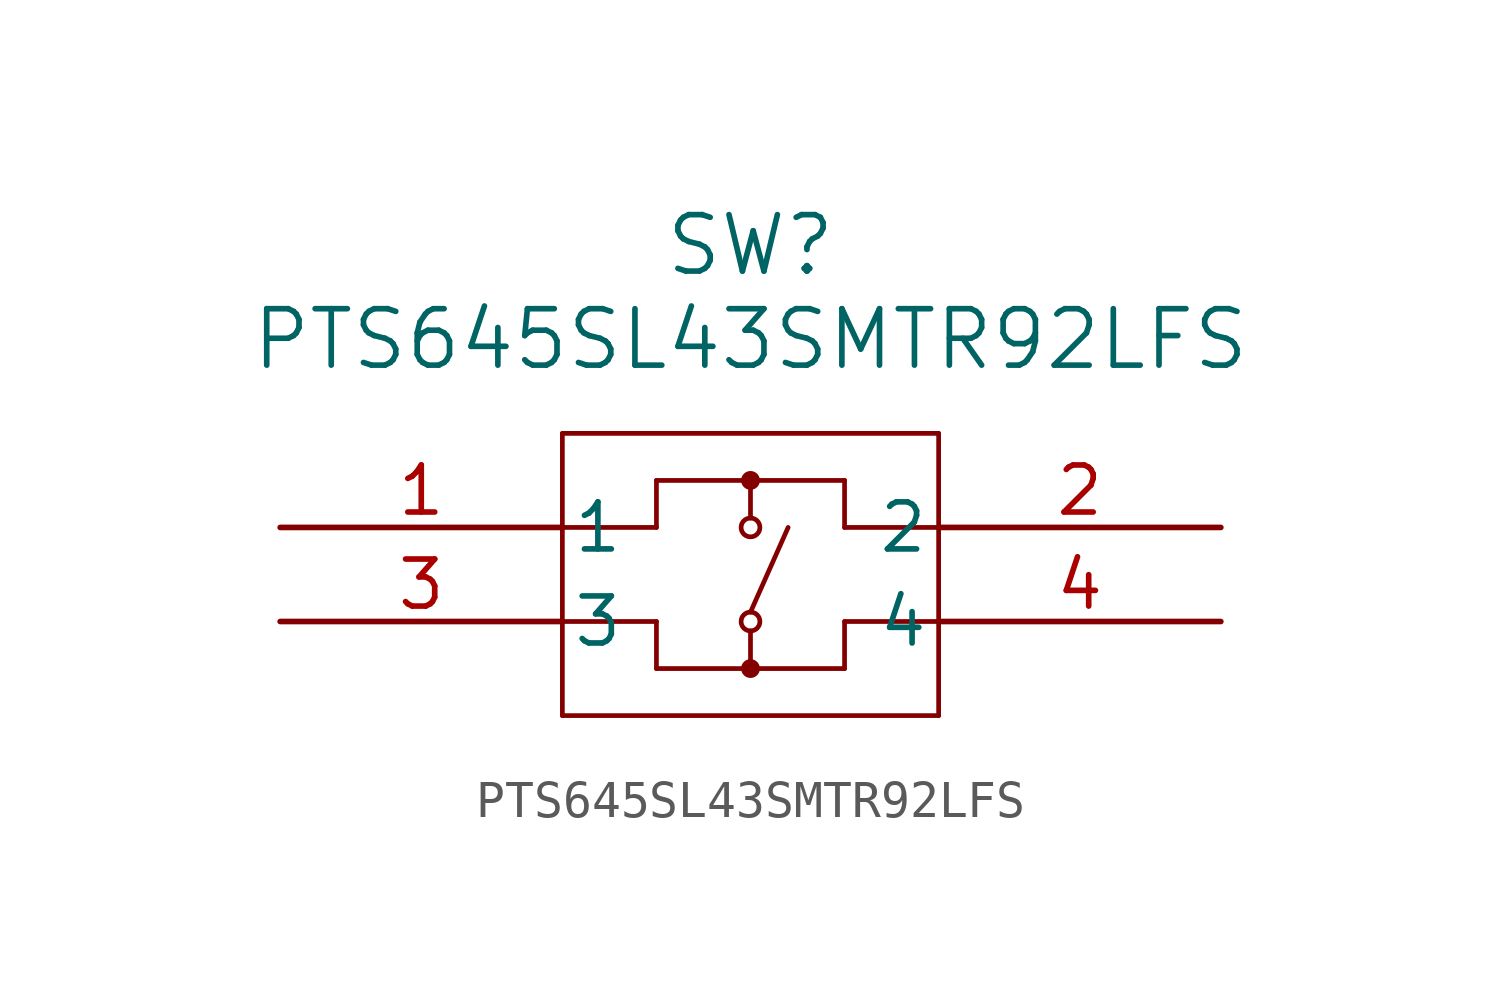
<source format=kicad_sym>
(kicad_symbol_lib
  (version 20211014)
  (generator kicad_symbol_editor)
  (symbol "PTS645SL43SMTR92LFS"
    (pin_names
      (offset 0.254))
    (property "Reference" "SW"
      (at 12.7 7.62 0)
      (effects (font (size 1.524 1.524))))
    (property "Value" "PTS645SL43SMTR92LFS"
      (at 12.7 5.08 0)
      (effects (font (size 1.524 1.524))))
    (polyline
      (pts (xy 7.62 2.54) (xy 7.62 -5.08))
      (stroke (width 0.127) (type default) (color 0 0 0 0))
      (fill (type none)))
    (polyline
      (pts (xy 7.62 -5.08) (xy 17.78 -5.08))
      (stroke (width 0.127) (type default) (color 0 0 0 0))
      (fill (type none)))
    (polyline
      (pts (xy 17.78 -5.08) (xy 17.78 2.54))
      (stroke (width 0.127) (type default) (color 0 0 0 0))
      (fill (type none)))
    (polyline
      (pts (xy 17.78 2.54) (xy 7.62 2.54))
      (stroke (width 0.127) (type default) (color 0 0 0 0))
      (fill (type none)))
    (polyline
      (pts (xy 7.62 0) (xy 10.16 0))
      (stroke (width 0.127) (type default) (color 0 0 0 0))
      (fill (type none)))
    (polyline
      (pts (xy 10.16 0) (xy 10.16 1.27))
      (stroke (width 0.127) (type default) (color 0 0 0 0))
      (fill (type none)))
    (polyline
      (pts (xy 10.16 1.27) (xy 15.24 1.27))
      (stroke (width 0.127) (type default) (color 0 0 0 0))
      (fill (type none)))
    (polyline
      (pts (xy 15.24 1.27) (xy 15.24 0))
      (stroke (width 0.127) (type default) (color 0 0 0 0))
      (fill (type none)))
    (polyline
      (pts (xy 15.24 0) (xy 17.78 0))
      (stroke (width 0.127) (type default) (color 0 0 0 0))
      (fill (type none)))
    (polyline
      (pts (xy 17.78 -2.54) (xy 15.24 -2.54))
      (stroke (width 0.127) (type default) (color 0 0 0 0))
      (fill (type none)))
    (polyline
      (pts (xy 15.24 -2.54) (xy 15.24 -3.81))
      (stroke (width 0.127) (type default) (color 0 0 0 0))
      (fill (type none)))
    (polyline
      (pts (xy 15.24 -3.81) (xy 10.16 -3.81))
      (stroke (width 0.127) (type default) (color 0 0 0 0))
      (fill (type none)))
    (polyline
      (pts (xy 10.16 -3.81) (xy 10.16 -2.54))
      (stroke (width 0.127) (type default) (color 0 0 0 0))
      (fill (type none)))
    (polyline
      (pts (xy 10.16 -2.54) (xy 7.62 -2.54))
      (stroke (width 0.127) (type default) (color 0 0 0 0))
      (fill (type none)))
    (polyline
      (pts (xy 12.7 1.27) (xy 12.7 0.254))
      (stroke (width 0.127) (type default) (color 0 0 0 0))
      (fill (type none)))
    (polyline
      (pts (xy 12.7 -2.794) (xy 12.7 -3.81))
      (stroke (width 0.127) (type default) (color 0 0 0 0))
      (fill (type none)))
    (circle
      (center 12.7 0)
      (radius 0.254)
      (stroke (width 0.127) (type default) (color 0 0 0 0))
      (fill (type none)))
    (circle
      (center 12.7 -2.54)
      (radius 0.254)
      (stroke (width 0.127) (type default) (color 0 0 0 0))
      (fill (type none)))
    (polyline
      (pts (xy 13.716 0) (xy 12.7 -2.286))
      (stroke (width 0.127) (type default) (color 0 0 0 0))
      (fill (type none)))
    (circle
      (center 12.7 1.27)
      (radius 0.127)
      (stroke (width 0.254) (type default) (color 0 0 0 0))
      (fill (type none)))
    (circle
      (center 12.7 -3.81)
      (radius 0.127)
      (stroke (width 0.254) (type default) (color 0 0 0 0))
      (fill (type none)))
    (pin unspecified line
      (at 0 0 0)
      (length 7.62)
      (name "1" (effects (font (size 1.27 1.27))))
      (number "1" (effects (font (size 1.27 1.27)))))
    (pin unspecified line
      (at 25.4 0 180)
      (length 7.62)
      (name "2" (effects (font (size 1.27 1.27))))
      (number "2" (effects (font (size 1.27 1.27)))))
    (pin unspecified line
      (at 0 -2.54 0)
      (length 7.62)
      (name "3" (effects (font (size 1.27 1.27))))
      (number "3" (effects (font (size 1.27 1.27)))))
    (pin unspecified line
      (at 25.4 -2.54 180)
      (length 7.62)
      (name "4" (effects (font (size 1.27 1.27))))
      (number "4" (effects (font (size 1.27 1.27)))))))
</source>
